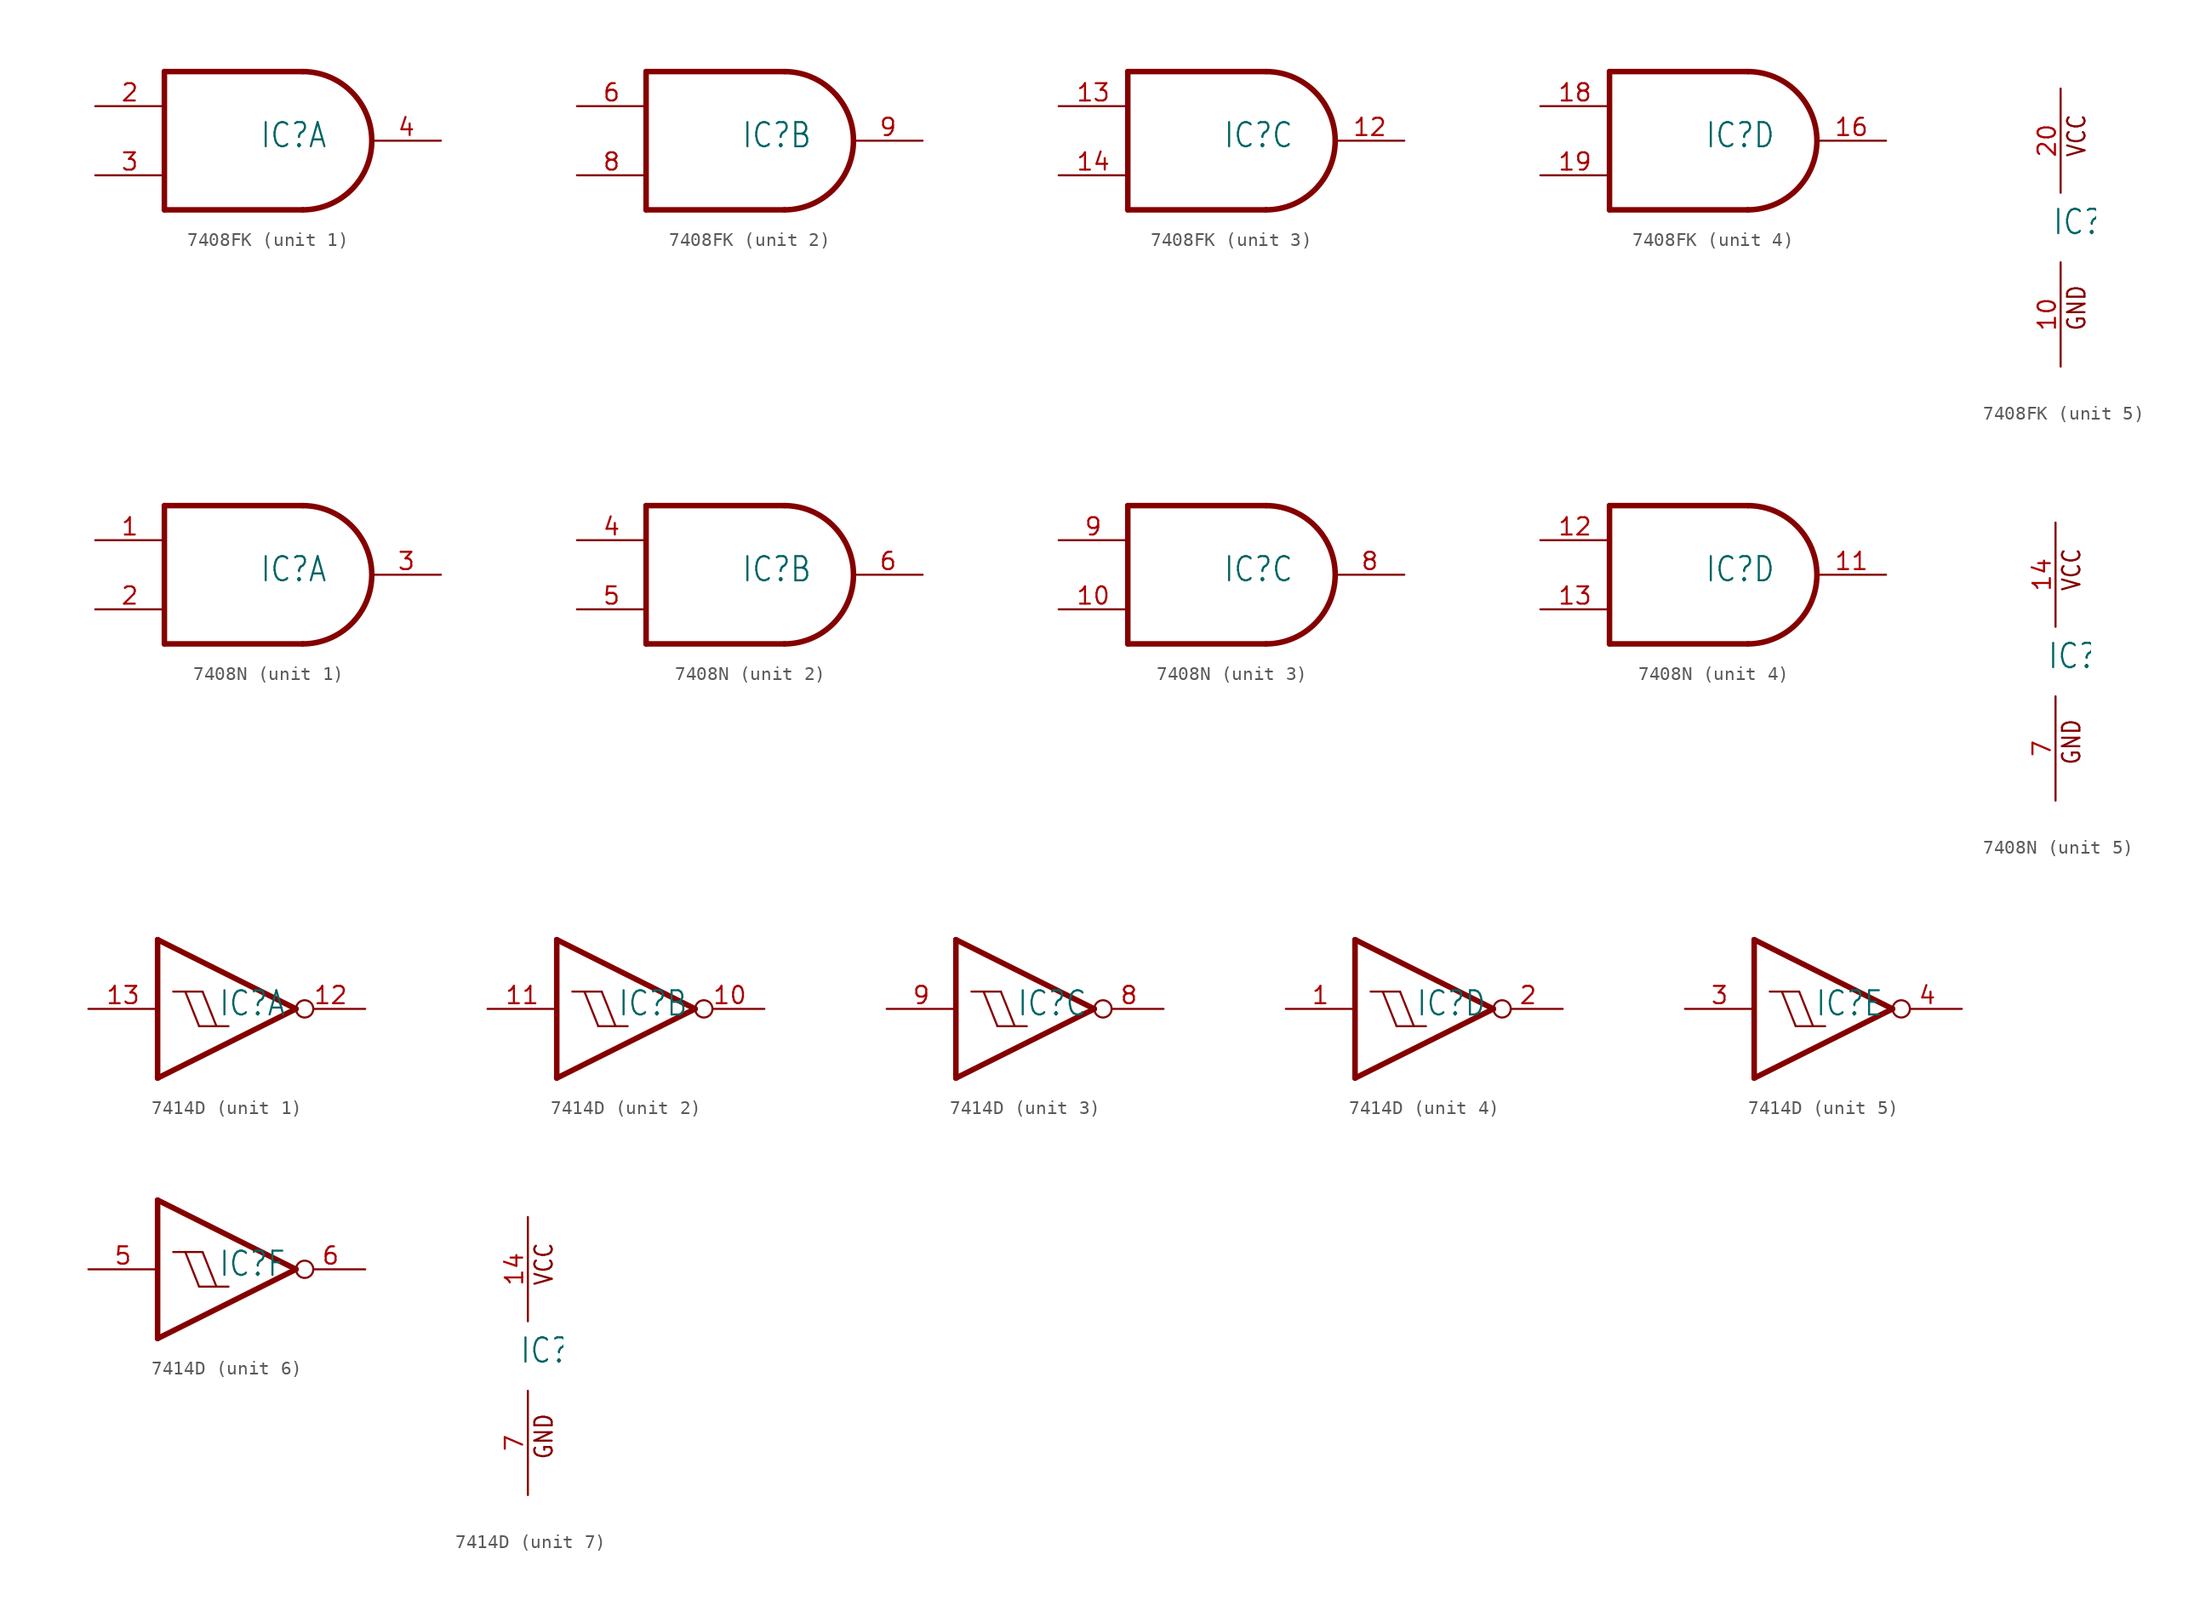
<source format=kicad_sym>
(kicad_symbol_lib
  (version 20220914)
  (generator kicad_symbol_editor)
  (symbol "7408FK"
    (property "Reference" "IC"
      (at -0.635 -0.635 0)
      (effects (font (size 1.778 1.511)) (justify left bottom)))
    (property "ki_locked" ""
      (at 0 0 0)
      (effects (font (size 1.27 1.27))))
    (symbol "7408FK_1_0"
      (polyline (pts (xy -7.62 -5.08) (xy 2.54 -5.08)) (stroke (width 0.406) (type default)) (fill (type none)))
      (polyline (pts (xy -7.62 5.08) (xy -7.62 -5.08)) (stroke (width 0.406) (type default)) (fill (type none)))
      (polyline (pts (xy 2.54 5.08) (xy -7.62 5.08)) (stroke (width 0.406) (type default)) (fill (type none)))
      (arc (start 2.54 -5.08) (mid 7.6199 0) (end 2.54 5.08) (stroke (width 0.4064) (type default)) (fill (type none)))
      (pin input line (at -12.7 2.54 0) (length 5.08) (name "I0" (effects (font (size 0 0)))) (number "2" (effects (font (size 1.27 1.27)))))
      (pin input line (at -12.7 -2.54 0) (length 5.08) (name "I1" (effects (font (size 0 0)))) (number "3" (effects (font (size 1.27 1.27)))))
      (pin output line (at 12.7 0 180) (length 5.08) (name "O" (effects (font (size 0 0)))) (number "4" (effects (font (size 1.27 1.27))))))
    (symbol "7408FK_2_0"
      (polyline (pts (xy -7.62 -5.08) (xy 2.54 -5.08)) (stroke (width 0.406) (type default)) (fill (type none)))
      (polyline (pts (xy -7.62 5.08) (xy -7.62 -5.08)) (stroke (width 0.406) (type default)) (fill (type none)))
      (polyline (pts (xy 2.54 5.08) (xy -7.62 5.08)) (stroke (width 0.406) (type default)) (fill (type none)))
      (arc (start 2.54 -5.08) (mid 7.6199 0) (end 2.54 5.08) (stroke (width 0.4064) (type default)) (fill (type none)))
      (pin input line (at -12.7 2.54 0) (length 5.08) (name "I0" (effects (font (size 0 0)))) (number "6" (effects (font (size 1.27 1.27)))))
      (pin input line (at -12.7 -2.54 0) (length 5.08) (name "I1" (effects (font (size 0 0)))) (number "8" (effects (font (size 1.27 1.27)))))
      (pin output line (at 12.7 0 180) (length 5.08) (name "O" (effects (font (size 0 0)))) (number "9" (effects (font (size 1.27 1.27))))))
    (symbol "7408FK_3_0"
      (polyline (pts (xy -7.62 -5.08) (xy 2.54 -5.08)) (stroke (width 0.406) (type default)) (fill (type none)))
      (polyline (pts (xy -7.62 5.08) (xy -7.62 -5.08)) (stroke (width 0.406) (type default)) (fill (type none)))
      (polyline (pts (xy 2.54 5.08) (xy -7.62 5.08)) (stroke (width 0.406) (type default)) (fill (type none)))
      (arc (start 2.54 -5.08) (mid 7.6199 0) (end 2.54 5.08) (stroke (width 0.4064) (type default)) (fill (type none)))
      (pin output line (at 12.7 0 180) (length 5.08) (name "O" (effects (font (size 0 0)))) (number "12" (effects (font (size 1.27 1.27)))))
      (pin input line (at -12.7 2.54 0) (length 5.08) (name "I0" (effects (font (size 0 0)))) (number "13" (effects (font (size 1.27 1.27)))))
      (pin input line (at -12.7 -2.54 0) (length 5.08) (name "I1" (effects (font (size 0 0)))) (number "14" (effects (font (size 1.27 1.27))))))
    (symbol "7408FK_4_0"
      (polyline (pts (xy -7.62 -5.08) (xy 2.54 -5.08)) (stroke (width 0.406) (type default)) (fill (type none)))
      (polyline (pts (xy -7.62 5.08) (xy -7.62 -5.08)) (stroke (width 0.406) (type default)) (fill (type none)))
      (polyline (pts (xy 2.54 5.08) (xy -7.62 5.08)) (stroke (width 0.406) (type default)) (fill (type none)))
      (arc (start 2.54 -5.08) (mid 7.6199 0) (end 2.54 5.08) (stroke (width 0.4064) (type default)) (fill (type none)))
      (pin output line (at 12.7 0 180) (length 5.08) (name "O" (effects (font (size 0 0)))) (number "16" (effects (font (size 1.27 1.27)))))
      (pin input line (at -12.7 2.54 0) (length 5.08) (name "I0" (effects (font (size 0 0)))) (number "18" (effects (font (size 1.27 1.27)))))
      (pin input line (at -12.7 -2.54 0) (length 5.08) (name "I1" (effects (font (size 0 0)))) (number "19" (effects (font (size 1.27 1.27))))))
    (symbol "7408FK_5_0"
      (text "GND" (at 1.905 -7.62 900) (effects (font (size 1.27 1.079)) (justify left bottom)))
      (text "VCC" (at 1.905 5.08 900) (effects (font (size 1.27 1.079)) (justify left bottom)))
      (pin power_in line (at 0 -10.16 90) (length 7.62) (name "GND" (effects (font (size 0 0)))) (number "10" (effects (font (size 1.27 1.27)))))
      (pin power_in line (at 0 10.16 270) (length 7.62) (name "VCC" (effects (font (size 0 0)))) (number "20" (effects (font (size 1.27 1.27)))))))
  (symbol "7408N"
    (property "Reference" "IC"
      (at -0.635 -0.635 0)
      (effects (font (size 1.778 1.511)) (justify left bottom)))
    (property "ki_locked" ""
      (at 0 0 0)
      (effects (font (size 1.27 1.27))))
    (symbol "7408N_1_0"
      (polyline (pts (xy -7.62 -5.08) (xy 2.54 -5.08)) (stroke (width 0.406) (type default)) (fill (type none)))
      (polyline (pts (xy -7.62 5.08) (xy -7.62 -5.08)) (stroke (width 0.406) (type default)) (fill (type none)))
      (polyline (pts (xy 2.54 5.08) (xy -7.62 5.08)) (stroke (width 0.406) (type default)) (fill (type none)))
      (arc (start 2.54 -5.08) (mid 7.6199 0) (end 2.54 5.08) (stroke (width 0.4064) (type default)) (fill (type none)))
      (pin input line (at -12.7 2.54 0) (length 5.08) (name "I0" (effects (font (size 0 0)))) (number "1" (effects (font (size 1.27 1.27)))))
      (pin input line (at -12.7 -2.54 0) (length 5.08) (name "I1" (effects (font (size 0 0)))) (number "2" (effects (font (size 1.27 1.27)))))
      (pin output line (at 12.7 0 180) (length 5.08) (name "O" (effects (font (size 0 0)))) (number "3" (effects (font (size 1.27 1.27))))))
    (symbol "7408N_2_0"
      (polyline (pts (xy -7.62 -5.08) (xy 2.54 -5.08)) (stroke (width 0.406) (type default)) (fill (type none)))
      (polyline (pts (xy -7.62 5.08) (xy -7.62 -5.08)) (stroke (width 0.406) (type default)) (fill (type none)))
      (polyline (pts (xy 2.54 5.08) (xy -7.62 5.08)) (stroke (width 0.406) (type default)) (fill (type none)))
      (arc (start 2.54 -5.08) (mid 7.6199 0) (end 2.54 5.08) (stroke (width 0.4064) (type default)) (fill (type none)))
      (pin input line (at -12.7 2.54 0) (length 5.08) (name "I0" (effects (font (size 0 0)))) (number "4" (effects (font (size 1.27 1.27)))))
      (pin input line (at -12.7 -2.54 0) (length 5.08) (name "I1" (effects (font (size 0 0)))) (number "5" (effects (font (size 1.27 1.27)))))
      (pin output line (at 12.7 0 180) (length 5.08) (name "O" (effects (font (size 0 0)))) (number "6" (effects (font (size 1.27 1.27))))))
    (symbol "7408N_3_0"
      (polyline (pts (xy -7.62 -5.08) (xy 2.54 -5.08)) (stroke (width 0.406) (type default)) (fill (type none)))
      (polyline (pts (xy -7.62 5.08) (xy -7.62 -5.08)) (stroke (width 0.406) (type default)) (fill (type none)))
      (polyline (pts (xy 2.54 5.08) (xy -7.62 5.08)) (stroke (width 0.406) (type default)) (fill (type none)))
      (arc (start 2.54 -5.08) (mid 7.6199 0) (end 2.54 5.08) (stroke (width 0.4064) (type default)) (fill (type none)))
      (pin input line (at -12.7 -2.54 0) (length 5.08) (name "I1" (effects (font (size 0 0)))) (number "10" (effects (font (size 1.27 1.27)))))
      (pin output line (at 12.7 0 180) (length 5.08) (name "O" (effects (font (size 0 0)))) (number "8" (effects (font (size 1.27 1.27)))))
      (pin input line (at -12.7 2.54 0) (length 5.08) (name "I0" (effects (font (size 0 0)))) (number "9" (effects (font (size 1.27 1.27))))))
    (symbol "7408N_4_0"
      (polyline (pts (xy -7.62 -5.08) (xy 2.54 -5.08)) (stroke (width 0.406) (type default)) (fill (type none)))
      (polyline (pts (xy -7.62 5.08) (xy -7.62 -5.08)) (stroke (width 0.406) (type default)) (fill (type none)))
      (polyline (pts (xy 2.54 5.08) (xy -7.62 5.08)) (stroke (width 0.406) (type default)) (fill (type none)))
      (arc (start 2.54 -5.08) (mid 7.6199 0) (end 2.54 5.08) (stroke (width 0.4064) (type default)) (fill (type none)))
      (pin output line (at 12.7 0 180) (length 5.08) (name "O" (effects (font (size 0 0)))) (number "11" (effects (font (size 1.27 1.27)))))
      (pin input line (at -12.7 2.54 0) (length 5.08) (name "I0" (effects (font (size 0 0)))) (number "12" (effects (font (size 1.27 1.27)))))
      (pin input line (at -12.7 -2.54 0) (length 5.08) (name "I1" (effects (font (size 0 0)))) (number "13" (effects (font (size 1.27 1.27))))))
    (symbol "7408N_5_0"
      (text "GND" (at 1.905 -7.62 900) (effects (font (size 1.27 1.079)) (justify left bottom)))
      (text "VCC" (at 1.905 5.08 900) (effects (font (size 1.27 1.079)) (justify left bottom)))
      (pin power_in line (at 0 10.16 270) (length 7.62) (name "VCC" (effects (font (size 0 0)))) (number "14" (effects (font (size 1.27 1.27)))))
      (pin power_in line (at 0 -10.16 90) (length 7.62) (name "GND" (effects (font (size 0 0)))) (number "7" (effects (font (size 1.27 1.27)))))))
  (symbol "7414D"
    (property "Reference" "IC"
      (at -0.635 -0.635 0)
      (effects (font (size 1.778 1.511)) (justify left bottom)))
    (property "ki_locked" ""
      (at 0 0 0)
      (effects (font (size 1.27 1.27))))
    (symbol "7414D_1_0"
      (polyline (pts (xy -5.08 -5.08) (xy -5.08 5.08)) (stroke (width 0.406) (type default)) (fill (type none)))
      (polyline (pts (xy -5.08 5.08) (xy 5.08 0)) (stroke (width 0.406) (type default)) (fill (type none)))
      (polyline (pts (xy -3.937 1.27) (xy -3.048 1.27)) (stroke (width 0.152) (type default)) (fill (type none)))
      (polyline (pts (xy -3.048 1.27) (xy -1.778 1.27)) (stroke (width 0.152) (type default)) (fill (type none)))
      (polyline (pts (xy -2.032 -1.27) (xy -3.048 1.27)) (stroke (width 0.152) (type default)) (fill (type none)))
      (polyline (pts (xy -2.032 -1.27) (xy -0.762 -1.27)) (stroke (width 0.152) (type default)) (fill (type none)))
      (polyline (pts (xy -0.762 -1.27) (xy -1.778 1.27)) (stroke (width 0.152) (type default)) (fill (type none)))
      (polyline (pts (xy -0.762 -1.27) (xy 0.127 -1.27)) (stroke (width 0.152) (type default)) (fill (type none)))
      (polyline (pts (xy 5.08 0) (xy -5.08 -5.08)) (stroke (width 0.406) (type default)) (fill (type none)))
      (pin output inverted (at 10.16 0 180) (length 5.08) (name "O" (effects (font (size 0 0)))) (number "12" (effects (font (size 1.27 1.27)))))
      (pin input line (at -10.16 0 0) (length 5.08) (name "I" (effects (font (size 0 0)))) (number "13" (effects (font (size 1.27 1.27))))))
    (symbol "7414D_2_0"
      (polyline (pts (xy -5.08 -5.08) (xy -5.08 5.08)) (stroke (width 0.406) (type default)) (fill (type none)))
      (polyline (pts (xy -5.08 5.08) (xy 5.08 0)) (stroke (width 0.406) (type default)) (fill (type none)))
      (polyline (pts (xy -3.937 1.27) (xy -3.048 1.27)) (stroke (width 0.152) (type default)) (fill (type none)))
      (polyline (pts (xy -3.048 1.27) (xy -1.778 1.27)) (stroke (width 0.152) (type default)) (fill (type none)))
      (polyline (pts (xy -2.032 -1.27) (xy -3.048 1.27)) (stroke (width 0.152) (type default)) (fill (type none)))
      (polyline (pts (xy -2.032 -1.27) (xy -0.762 -1.27)) (stroke (width 0.152) (type default)) (fill (type none)))
      (polyline (pts (xy -0.762 -1.27) (xy -1.778 1.27)) (stroke (width 0.152) (type default)) (fill (type none)))
      (polyline (pts (xy -0.762 -1.27) (xy 0.127 -1.27)) (stroke (width 0.152) (type default)) (fill (type none)))
      (polyline (pts (xy 5.08 0) (xy -5.08 -5.08)) (stroke (width 0.406) (type default)) (fill (type none)))
      (pin output inverted (at 10.16 0 180) (length 5.08) (name "O" (effects (font (size 0 0)))) (number "10" (effects (font (size 1.27 1.27)))))
      (pin input line (at -10.16 0 0) (length 5.08) (name "I" (effects (font (size 0 0)))) (number "11" (effects (font (size 1.27 1.27))))))
    (symbol "7414D_3_0"
      (polyline (pts (xy -5.08 -5.08) (xy -5.08 5.08)) (stroke (width 0.406) (type default)) (fill (type none)))
      (polyline (pts (xy -5.08 5.08) (xy 5.08 0)) (stroke (width 0.406) (type default)) (fill (type none)))
      (polyline (pts (xy -3.937 1.27) (xy -3.048 1.27)) (stroke (width 0.152) (type default)) (fill (type none)))
      (polyline (pts (xy -3.048 1.27) (xy -1.778 1.27)) (stroke (width 0.152) (type default)) (fill (type none)))
      (polyline (pts (xy -2.032 -1.27) (xy -3.048 1.27)) (stroke (width 0.152) (type default)) (fill (type none)))
      (polyline (pts (xy -2.032 -1.27) (xy -0.762 -1.27)) (stroke (width 0.152) (type default)) (fill (type none)))
      (polyline (pts (xy -0.762 -1.27) (xy -1.778 1.27)) (stroke (width 0.152) (type default)) (fill (type none)))
      (polyline (pts (xy -0.762 -1.27) (xy 0.127 -1.27)) (stroke (width 0.152) (type default)) (fill (type none)))
      (polyline (pts (xy 5.08 0) (xy -5.08 -5.08)) (stroke (width 0.406) (type default)) (fill (type none)))
      (pin output inverted (at 10.16 0 180) (length 5.08) (name "O" (effects (font (size 0 0)))) (number "8" (effects (font (size 1.27 1.27)))))
      (pin input line (at -10.16 0 0) (length 5.08) (name "I" (effects (font (size 0 0)))) (number "9" (effects (font (size 1.27 1.27))))))
    (symbol "7414D_4_0"
      (polyline (pts (xy -5.08 -5.08) (xy -5.08 5.08)) (stroke (width 0.406) (type default)) (fill (type none)))
      (polyline (pts (xy -5.08 5.08) (xy 5.08 0)) (stroke (width 0.406) (type default)) (fill (type none)))
      (polyline (pts (xy -3.937 1.27) (xy -3.048 1.27)) (stroke (width 0.152) (type default)) (fill (type none)))
      (polyline (pts (xy -3.048 1.27) (xy -1.778 1.27)) (stroke (width 0.152) (type default)) (fill (type none)))
      (polyline (pts (xy -2.032 -1.27) (xy -3.048 1.27)) (stroke (width 0.152) (type default)) (fill (type none)))
      (polyline (pts (xy -2.032 -1.27) (xy -0.762 -1.27)) (stroke (width 0.152) (type default)) (fill (type none)))
      (polyline (pts (xy -0.762 -1.27) (xy -1.778 1.27)) (stroke (width 0.152) (type default)) (fill (type none)))
      (polyline (pts (xy -0.762 -1.27) (xy 0.127 -1.27)) (stroke (width 0.152) (type default)) (fill (type none)))
      (polyline (pts (xy 5.08 0) (xy -5.08 -5.08)) (stroke (width 0.406) (type default)) (fill (type none)))
      (pin input line (at -10.16 0 0) (length 5.08) (name "I" (effects (font (size 0 0)))) (number "1" (effects (font (size 1.27 1.27)))))
      (pin output inverted (at 10.16 0 180) (length 5.08) (name "O" (effects (font (size 0 0)))) (number "2" (effects (font (size 1.27 1.27))))))
    (symbol "7414D_5_0"
      (polyline (pts (xy -5.08 -5.08) (xy -5.08 5.08)) (stroke (width 0.406) (type default)) (fill (type none)))
      (polyline (pts (xy -5.08 5.08) (xy 5.08 0)) (stroke (width 0.406) (type default)) (fill (type none)))
      (polyline (pts (xy -3.937 1.27) (xy -3.048 1.27)) (stroke (width 0.152) (type default)) (fill (type none)))
      (polyline (pts (xy -3.048 1.27) (xy -1.778 1.27)) (stroke (width 0.152) (type default)) (fill (type none)))
      (polyline (pts (xy -2.032 -1.27) (xy -3.048 1.27)) (stroke (width 0.152) (type default)) (fill (type none)))
      (polyline (pts (xy -2.032 -1.27) (xy -0.762 -1.27)) (stroke (width 0.152) (type default)) (fill (type none)))
      (polyline (pts (xy -0.762 -1.27) (xy -1.778 1.27)) (stroke (width 0.152) (type default)) (fill (type none)))
      (polyline (pts (xy -0.762 -1.27) (xy 0.127 -1.27)) (stroke (width 0.152) (type default)) (fill (type none)))
      (polyline (pts (xy 5.08 0) (xy -5.08 -5.08)) (stroke (width 0.406) (type default)) (fill (type none)))
      (pin input line (at -10.16 0 0) (length 5.08) (name "I" (effects (font (size 0 0)))) (number "3" (effects (font (size 1.27 1.27)))))
      (pin output inverted (at 10.16 0 180) (length 5.08) (name "O" (effects (font (size 0 0)))) (number "4" (effects (font (size 1.27 1.27))))))
    (symbol "7414D_6_0"
      (polyline (pts (xy -5.08 -5.08) (xy -5.08 5.08)) (stroke (width 0.406) (type default)) (fill (type none)))
      (polyline (pts (xy -5.08 5.08) (xy 5.08 0)) (stroke (width 0.406) (type default)) (fill (type none)))
      (polyline (pts (xy -3.937 1.27) (xy -3.048 1.27)) (stroke (width 0.152) (type default)) (fill (type none)))
      (polyline (pts (xy -3.048 1.27) (xy -1.778 1.27)) (stroke (width 0.152) (type default)) (fill (type none)))
      (polyline (pts (xy -2.032 -1.27) (xy -3.048 1.27)) (stroke (width 0.152) (type default)) (fill (type none)))
      (polyline (pts (xy -2.032 -1.27) (xy -0.762 -1.27)) (stroke (width 0.152) (type default)) (fill (type none)))
      (polyline (pts (xy -0.762 -1.27) (xy -1.778 1.27)) (stroke (width 0.152) (type default)) (fill (type none)))
      (polyline (pts (xy -0.762 -1.27) (xy 0.127 -1.27)) (stroke (width 0.152) (type default)) (fill (type none)))
      (polyline (pts (xy 5.08 0) (xy -5.08 -5.08)) (stroke (width 0.406) (type default)) (fill (type none)))
      (pin input line (at -10.16 0 0) (length 5.08) (name "I" (effects (font (size 0 0)))) (number "5" (effects (font (size 1.27 1.27)))))
      (pin output inverted (at 10.16 0 180) (length 5.08) (name "O" (effects (font (size 0 0)))) (number "6" (effects (font (size 1.27 1.27))))))
    (symbol "7414D_7_0"
      (text "GND" (at 1.905 -7.62 900) (effects (font (size 1.27 1.079)) (justify left bottom)))
      (text "VCC" (at 1.905 5.08 900) (effects (font (size 1.27 1.079)) (justify left bottom)))
      (pin power_in line (at 0 10.16 270) (length 7.62) (name "VCC" (effects (font (size 0 0)))) (number "14" (effects (font (size 1.27 1.27)))))
      (pin power_in line (at 0 -10.16 90) (length 7.62) (name "GND" (effects (font (size 0 0)))) (number "7" (effects (font (size 1.27 1.27))))))))
</source>
